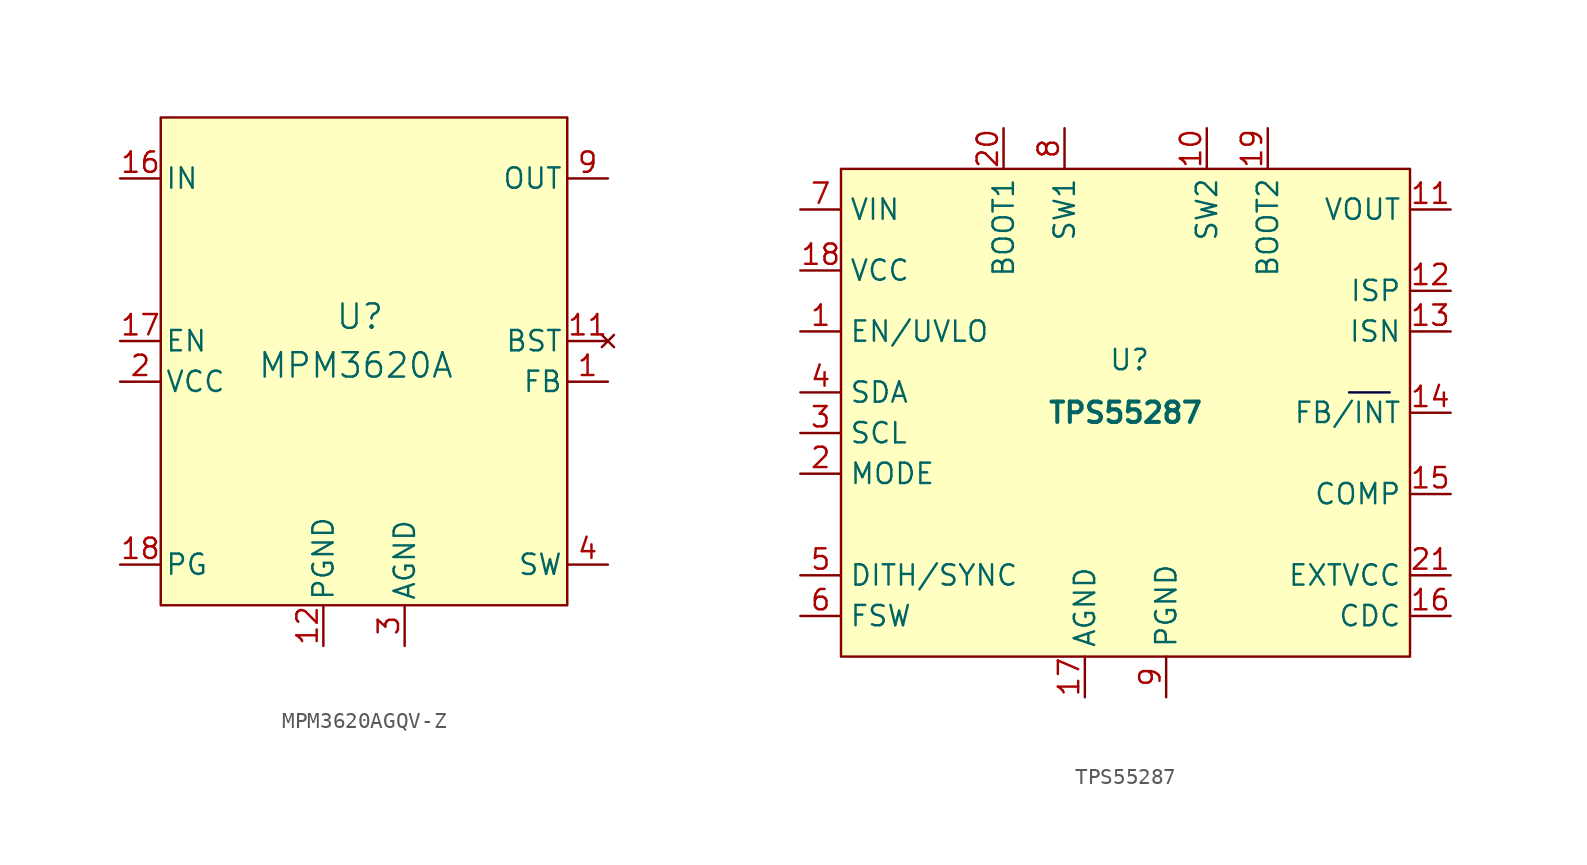
<source format=kicad_sym>
(kicad_symbol_lib
  (version 20241209)
  (generator "kicad_symbol_editor")
  (generator_version "9.0")
  (symbol "MPM3620AGQV-Z"
    (pin_names
      (offset 0.254))
    (property "Reference" "U"
      (at -0.254 2.794 0)
      (effects (font (size 1.524 1.524))))
    (property "Value" "MPM3620A"
      (at -0.508 -0.254 0)
      (effects (font (size 1.524 1.524))))
    (symbol "MPM3620AGQV-Z_1_1"
      (rectangle (start -12.7 15.24) (end 12.7 -15.24) (stroke (width 0) (type solid)) (fill (type background)))
      (pin power_in line (at -15.24 11.43 0) (length 2.54) (name "IN" (effects (font (size 1.27 1.27)))) (number "16" (effects (font (size 1.27 1.27)))))
      (pin input line (at -15.24 1.27 0) (length 2.54) (name "EN" (effects (font (size 1.27 1.27)))) (number "17" (effects (font (size 1.27 1.27)))))
      (pin power_out line (at -15.24 -1.27 0) (length 2.54) (name "VCC" (effects (font (size 1.27 1.27)))) (number "2" (effects (font (size 1.27 1.27)))))
      (pin bidirectional line (at -15.24 -12.7 0) (length 2.54) (name "PG" (effects (font (size 1.27 1.27)))) (number "18" (effects (font (size 1.27 1.27)))))
      (pin power_in line (at -2.54 -17.78 90) (length 2.54) (name "PGND" (effects (font (size 1.27 1.27)))) (number "12" (effects (font (size 1.27 1.27)))))
      (pin passive line (at -2.54 -17.78 90) (length 2.54) (hide yes) (name "PGND" (effects (font (size 1.27 1.27)))) (number "13" (effects (font (size 1.27 1.27)))))
      (pin passive line (at -2.54 -17.78 90) (length 2.54) (hide yes) (name "PGND" (effects (font (size 1.27 1.27)))) (number "14" (effects (font (size 1.27 1.27)))))
      (pin power_in line (at 2.54 -17.78 90) (length 2.54) (name "AGND" (effects (font (size 1.27 1.27)))) (number "3" (effects (font (size 1.27 1.27)))))
      (pin passive line (at 15.24 11.43 180) (length 2.54) (hide yes) (name "OUT" (effects (font (size 1.27 1.27)))) (number "22" (effects (font (size 1.27 1.27)))))
      (pin power_out line (at 15.24 11.43 180) (length 2.54) (hide yes) (name "OUT" (effects (font (size 1.27 1.27)))) (number "7" (effects (font (size 1.27 1.27)))))
      (pin passive line (at 15.24 11.43 180) (length 2.54) (hide yes) (name "OUT" (effects (font (size 1.27 1.27)))) (number "8" (effects (font (size 1.27 1.27)))))
      (pin passive line (at 15.24 11.43 180) (length 2.54) (name "OUT" (effects (font (size 1.27 1.27)))) (number "9" (effects (font (size 1.27 1.27)))))
      (pin no_connect line (at 15.24 1.27 180) (length 2.54) (name "BST" (effects (font (size 1.27 1.27)))) (number "11" (effects (font (size 1.27 1.27)))))
      (pin input line (at 15.24 -1.27 180) (length 2.54) (name "FB" (effects (font (size 1.27 1.27)))) (number "1" (effects (font (size 1.27 1.27)))))
      (pin passive line (at 15.24 -12.7 180) (length 2.54) (hide yes) (name "SW" (effects (font (size 1.27 1.27)))) (number "21" (effects (font (size 1.27 1.27)))))
      (pin passive line (at 15.24 -12.7 180) (length 2.54) (name "SW" (effects (font (size 1.27 1.27)))) (number "4" (effects (font (size 1.27 1.27)))))
      (pin passive line (at 15.24 -12.7 180) (length 2.54) (hide yes) (name "SW" (effects (font (size 1.27 1.27)))) (number "5" (effects (font (size 1.27 1.27)))))
      (pin passive line (at 15.24 -12.7 180) (length 2.54) (hide yes) (name "SW" (effects (font (size 1.27 1.27)))) (number "6" (effects (font (size 1.27 1.27)))))))
  (symbol "TPS55287"
    (property "Reference" "U"
      (at 0.254 3.302 0)
      (effects (font (size 1.27 1.27))))
    (property "Value" "TPS55287"
      (at 0 0 0)
      (effects (font (size 1.27 1.27) (thickness 0.254) (bold yes))))
    (symbol "TPS55287_1_1"
      (rectangle (start -17.78 15.24) (end 17.78 -15.24) (stroke (width 0) (type solid)) (fill (type background)))
      (polyline (pts (xy 13.97 1.27) (xy 16.51 1.27)) (stroke (width 0) (type solid) (color 0 0 72 1)) (fill (type background)))
      (pin power_in line (at -20.32 12.7 0) (length 2.54) (name "VIN" (effects (font (size 1.27 1.27)))) (number "7" (effects (font (size 1.27 1.27)))))
      (pin power_out line (at -20.32 8.89 0) (length 2.54) (name "VCC" (effects (font (size 1.27 1.27)))) (number "18" (effects (font (size 1.27 1.27)))))
      (pin input line (at -20.32 5.08 0) (length 2.54) (name "EN/UVLO" (effects (font (size 1.27 1.27)))) (number "1" (effects (font (size 1.27 1.27)))))
      (pin bidirectional line (at -20.32 1.27 0) (length 2.54) (name "SDA" (effects (font (size 1.27 1.27)))) (number "4" (effects (font (size 1.27 1.27)))))
      (pin input line (at -20.32 -1.27 0) (length 2.54) (name "SCL" (effects (font (size 1.27 1.27)))) (number "3" (effects (font (size 1.27 1.27)))))
      (pin input line (at -20.32 -3.81 0) (length 2.54) (name "MODE" (effects (font (size 1.27 1.27)))) (number "2" (effects (font (size 1.27 1.27)))))
      (pin input line (at -20.32 -10.16 0) (length 2.54) (name "DITH/SYNC" (effects (font (size 1.27 1.27)))) (number "5" (effects (font (size 1.27 1.27)))))
      (pin input line (at -20.32 -12.7 0) (length 2.54) (name "FSW" (effects (font (size 1.27 1.27)))) (number "6" (effects (font (size 1.27 1.27)))))
      (pin output line (at -7.62 17.78 270) (length 2.54) (name "BOOT1" (effects (font (size 1.27 1.27)))) (number "20" (effects (font (size 1.27 1.27)))))
      (pin input line (at -3.81 17.78 270) (length 2.54) (name "SW1" (effects (font (size 1.27 1.27)))) (number "8" (effects (font (size 1.27 1.27)))))
      (pin power_in line (at -2.54 -17.78 90) (length 2.54) (name "AGND" (effects (font (size 1.27 1.27)))) (number "17" (effects (font (size 1.27 1.27)))))
      (pin power_in line (at 2.54 -17.78 90) (length 2.54) (name "PGND" (effects (font (size 1.27 1.27)))) (number "9" (effects (font (size 1.27 1.27)))))
      (pin input line (at 5.08 17.78 270) (length 2.54) (name "SW2" (effects (font (size 1.27 1.27)))) (number "10" (effects (font (size 1.27 1.27)))))
      (pin output line (at 8.89 17.78 270) (length 2.54) (name "BOOT2" (effects (font (size 1.27 1.27)))) (number "19" (effects (font (size 1.27 1.27)))))
      (pin power_out line (at 20.32 12.7 180) (length 2.54) (name "VOUT" (effects (font (size 1.27 1.27)))) (number "11" (effects (font (size 1.27 1.27)))))
      (pin input line (at 20.32 7.62 180) (length 2.54) (name "ISP" (effects (font (size 1.27 1.27)))) (number "12" (effects (font (size 1.27 1.27)))))
      (pin input line (at 20.32 5.08 180) (length 2.54) (name "ISN" (effects (font (size 1.27 1.27)))) (number "13" (effects (font (size 1.27 1.27)))))
      (pin bidirectional line (at 20.32 0 180) (length 2.54) (name "FB/INT" (effects (font (size 1.27 1.27)))) (number "14" (effects (font (size 1.27 1.27)))))
      (pin output line (at 20.32 -5.08 180) (length 2.54) (name "COMP" (effects (font (size 1.27 1.27)))) (number "15" (effects (font (size 1.27 1.27)))))
      (pin input line (at 20.32 -10.16 180) (length 2.54) (name "EXTVCC" (effects (font (size 1.27 1.27)))) (number "21" (effects (font (size 1.27 1.27)))))
      (pin output line (at 20.32 -12.7 180) (length 2.54) (name "CDC" (effects (font (size 1.27 1.27)))) (number "16" (effects (font (size 1.27 1.27))))))))
</source>
